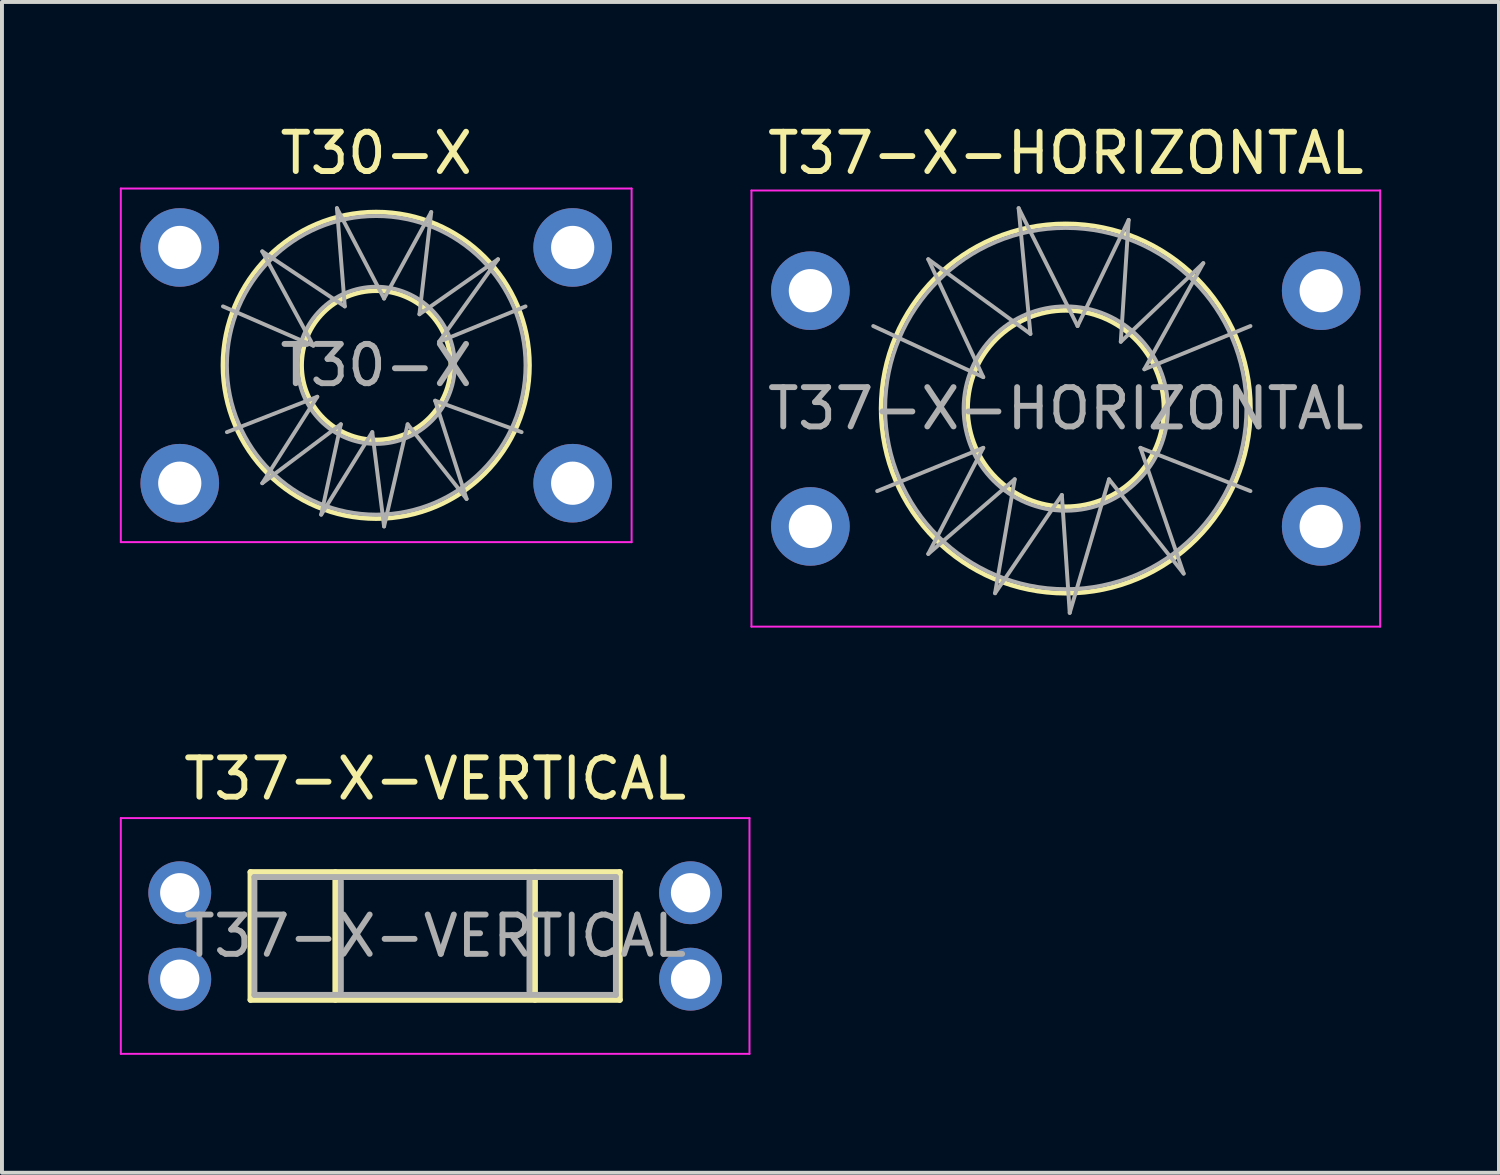
<source format=kicad_pcb>
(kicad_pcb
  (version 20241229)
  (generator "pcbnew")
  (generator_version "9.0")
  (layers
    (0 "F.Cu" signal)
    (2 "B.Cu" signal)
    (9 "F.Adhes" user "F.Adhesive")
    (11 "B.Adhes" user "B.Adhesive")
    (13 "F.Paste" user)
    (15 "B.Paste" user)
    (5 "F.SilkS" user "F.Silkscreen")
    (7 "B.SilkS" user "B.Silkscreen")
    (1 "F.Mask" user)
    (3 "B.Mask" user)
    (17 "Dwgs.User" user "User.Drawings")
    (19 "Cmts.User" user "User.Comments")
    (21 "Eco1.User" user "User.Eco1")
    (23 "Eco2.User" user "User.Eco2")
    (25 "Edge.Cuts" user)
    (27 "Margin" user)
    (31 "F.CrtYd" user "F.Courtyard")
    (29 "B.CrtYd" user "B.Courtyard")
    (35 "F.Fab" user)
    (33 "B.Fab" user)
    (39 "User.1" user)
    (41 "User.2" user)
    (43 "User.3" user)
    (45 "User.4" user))
  (footprint "T37-X-VERTICAL"
    (layer "F.Cu")
    (at 8.025 20.771)
    (property "Reference" "T37-X-VERTICAL" (at 0 -4 0) (layer "F.SilkS") (effects (font (size 1 1) (thickness 0.15))))
    (attr through_hole)
    (fp_line (start -4.7 -1.626) (end 4.7 -1.626) (stroke (width 0.15) (type solid)) (layer "F.SilkS"))
    (fp_line (start -4.699 1.626) (end -4.699 -1.626) (stroke (width 0.15) (type solid)) (layer "F.SilkS"))
    (fp_line (start -2.54 1.626) (end -2.54 -1.626) (stroke (width 0.15) (type solid)) (layer "F.SilkS"))
    (fp_line (start 2.54 1.626) (end 2.54 -1.626) (stroke (width 0.15) (type solid)) (layer "F.SilkS"))
    (fp_line (start 4.699 -1.626) (end 4.699 1.626) (stroke (width 0.15) (type solid)) (layer "F.SilkS"))
    (fp_line (start 4.699 1.626) (end -4.699 1.626) (stroke (width 0.15) (type solid)) (layer "F.SilkS"))
    (fp_line (start -8 -3) (end -8 3) (stroke (width 0.05) (type solid)) (layer "F.CrtYd"))
    (fp_line (start -8 -3) (end 8 -3) (stroke (width 0.05) (type solid)) (layer "F.CrtYd"))
    (fp_line (start 8 3) (end -8 3) (stroke (width 0.05) (type solid)) (layer "F.CrtYd"))
    (fp_line (start 8 3) (end 8 -3) (stroke (width 0.05) (type solid)) (layer "F.CrtYd"))
    (fp_line (start -4.6 -1.5) (end 4.6 -1.5) (stroke (width 0.15) (type solid)) (layer "F.Fab"))
    (fp_line (start -4.6 1.5) (end -4.6 -1.5) (stroke (width 0.15) (type solid)) (layer "F.Fab"))
    (fp_line (start -2.4 1.4) (end -2.4 -1.4) (stroke (width 0.15) (type solid)) (layer "F.Fab"))
    (fp_line (start 2.4 1.4) (end 2.4 -1.4) (stroke (width 0.15) (type solid)) (layer "F.Fab"))
    (fp_line (start 4.6 -1.5) (end 4.6 1.5) (stroke (width 0.15) (type solid)) (layer "F.Fab"))
    (fp_line (start 4.6 1.5) (end -4.6 1.5) (stroke (width 0.15) (type solid)) (layer "F.Fab"))
    (fp_text user "${REFERENCE}" (at 0 0 0) (layer "F.Fab") (effects (font (size 1 1) (thickness 0.15))))
    (pad "1" thru_hole circle (at -6.5 -1.1) (size 1.6 1.6) (drill 1) (layers "*.Cu" "*.Mask"))
    (pad "2" thru_hole circle (at -6.5 1.1) (size 1.6 1.6) (drill 1) (layers "*.Cu" "*.Mask"))
    (pad "3" thru_hole circle (at 6.5 1.1) (size 1.6 1.6) (drill 1) (layers "*.Cu" "*.Mask"))
    (pad "4" thru_hole circle (at 6.5 -1.1) (size 1.6 1.6) (drill 1) (layers "*.Cu" "*.Mask")))
  (footprint "T37-X-HORIZONTAL"
    (layer "F.Cu")
    (at 24.075 7.348)
    (property "Reference" "T37-X-HORIZONTAL" (at 0 -6.5 0) (layer "F.SilkS") (effects (font (size 1 1) (thickness 0.15))))
    (attr through_hole)
    (fp_circle (center 0 0) (end 2.5 0) (stroke (width 0.12) (type solid)) (fill no) (layer "F.SilkS"))
    (fp_circle (center 0 0) (end 4.699 0) (stroke (width 0.12) (type solid)) (fill no) (layer "F.SilkS"))
    (fp_line (start -8 -5.55) (end -8 5.55) (stroke (width 0.05) (type solid)) (layer "F.CrtYd"))
    (fp_line (start -8 -5.55) (end 8 -5.55) (stroke (width 0.05) (type solid)) (layer "F.CrtYd"))
    (fp_line (start 8 5.55) (end -8 5.55) (stroke (width 0.05) (type solid)) (layer "F.CrtYd"))
    (fp_line (start 8 5.55) (end 8 -5.55) (stroke (width 0.05) (type solid)) (layer "F.CrtYd"))
    (fp_line (start -4.9 -2.1) (end -2.1 -0.8) (stroke (width 0.1) (type solid)) (layer "F.Fab"))
    (fp_line (start -4.8 2.1) (end -2.1 1) (stroke (width 0.1) (type solid)) (layer "F.Fab"))
    (fp_line (start -3.5 -3.8) (end -0.9 -1.9) (stroke (width 0.1) (type solid)) (layer "F.Fab"))
    (fp_line (start -3.5 3.7) (end -1.3 1.8) (stroke (width 0.1) (type solid)) (layer "F.Fab"))
    (fp_line (start -2.1 -0.8) (end -3.5 -3.8) (stroke (width 0.1) (type solid)) (layer "F.Fab"))
    (fp_line (start -2.1 1) (end -3.5 3.7) (stroke (width 0.1) (type solid)) (layer "F.Fab"))
    (fp_line (start -1.8 4.7) (end -0.1 2.2) (stroke (width 0.1) (type solid)) (layer "F.Fab"))
    (fp_line (start -1.3 1.8) (end -1.8 4.7) (stroke (width 0.1) (type solid)) (layer "F.Fab"))
    (fp_line (start -1.2 -5.1) (end 0.3 -2.1) (stroke (width 0.1) (type solid)) (layer "F.Fab"))
    (fp_line (start -0.9 -1.9) (end -1.2 -5.1) (stroke (width 0.1) (type solid)) (layer "F.Fab"))
    (fp_line (start -0.1 2.2) (end 0.1 5.2) (stroke (width 0.1) (type solid)) (layer "F.Fab"))
    (fp_line (start 0.1 5.2) (end 1.1 1.8) (stroke (width 0.1) (type solid)) (layer "F.Fab"))
    (fp_line (start 0.3 -2.1) (end 1.6 -4.8) (stroke (width 0.1) (type solid)) (layer "F.Fab"))
    (fp_line (start 1.1 1.8) (end 3 4.2) (stroke (width 0.1) (type solid)) (layer "F.Fab"))
    (fp_line (start 1.4 -1.7) (end 3.5 -3.7) (stroke (width 0.1) (type solid)) (layer "F.Fab"))
    (fp_line (start 1.6 -4.8) (end 1.4 -1.7) (stroke (width 0.1) (type solid)) (layer "F.Fab"))
    (fp_line (start 1.9 1) (end 4.7 2.1) (stroke (width 0.1) (type solid)) (layer "F.Fab"))
    (fp_line (start 2 -1) (end 4.7 -2.1) (stroke (width 0.1) (type solid)) (layer "F.Fab"))
    (fp_line (start 3 4.2) (end 1.9 1) (stroke (width 0.1) (type solid)) (layer "F.Fab"))
    (fp_line (start 3.5 -3.7) (end 2 -1) (stroke (width 0.1) (type solid)) (layer "F.Fab"))
    (fp_circle (center 0 0) (end 2.6 0) (stroke (width 0.1) (type solid)) (fill no) (layer "F.Fab"))
    (fp_circle (center 0 0) (end 4.597 0) (stroke (width 0.1) (type solid)) (fill no) (layer "F.Fab"))
    (fp_text user "${REFERENCE}" (at 0 0 0) (layer "F.Fab") (effects (font (size 1 1) (thickness 0.15))))
    (pad "1" thru_hole circle (at -6.5 -3) (size 2 2) (drill 1.1) (layers "*.Cu" "*.Mask"))
    (pad "2" thru_hole circle (at -6.5 3) (size 2 2) (drill 1.1) (layers "*.Cu" "*.Mask"))
    (pad "3" thru_hole circle (at 6.5 3) (size 2 2) (drill 1.1) (layers "*.Cu" "*.Mask"))
    (pad "4" thru_hole circle (at 6.5 -3) (size 2 2) (drill 1.1) (layers "*.Cu" "*.Mask")))
  (footprint "T30-X"
    (layer "F.Cu")
    (at 6.525 6.248)
    (property "Reference" "T30-X" (at 0 -5.4 0) (layer "F.SilkS") (effects (font (size 1 1) (thickness 0.15))))
    (attr through_hole)
    (fp_circle (center 0 0) (end 1.9 0) (stroke (width 0.12) (type solid)) (fill no) (layer "F.SilkS"))
    (fp_circle (center 0 0) (end 3.9 0) (stroke (width 0.12) (type solid)) (fill no) (layer "F.SilkS"))
    (fp_line (start -6.5 -4.5) (end -6.5 4.5) (stroke (width 0.05) (type solid)) (layer "F.CrtYd"))
    (fp_line (start -6.5 -4.5) (end 6.5 -4.5) (stroke (width 0.05) (type solid)) (layer "F.CrtYd"))
    (fp_line (start 6.5 4.5) (end -6.5 4.5) (stroke (width 0.05) (type solid)) (layer "F.CrtYd"))
    (fp_line (start 6.5 4.5) (end 6.5 -4.5) (stroke (width 0.05) (type solid)) (layer "F.CrtYd"))
    (fp_line (start -3.9 -1.5) (end -1.6 -0.5) (stroke (width 0.1) (type solid)) (layer "F.Fab"))
    (fp_line (start -3.8 1.7) (end -1.5 0.8) (stroke (width 0.1) (type solid)) (layer "F.Fab"))
    (fp_line (start -2.9 -2.9) (end -0.8 -1.5) (stroke (width 0.1) (type solid)) (layer "F.Fab"))
    (fp_line (start -2.9 3) (end -0.9 1.5) (stroke (width 0.1) (type solid)) (layer "F.Fab"))
    (fp_line (start -1.6 -0.5) (end -2.9 -2.9) (stroke (width 0.1) (type solid)) (layer "F.Fab"))
    (fp_line (start -1.5 0.8) (end -2.9 3) (stroke (width 0.1) (type solid)) (layer "F.Fab"))
    (fp_line (start -1.4 3.8) (end -0.1 1.7) (stroke (width 0.1) (type solid)) (layer "F.Fab"))
    (fp_line (start -1 -4) (end 0.2 -1.7) (stroke (width 0.1) (type solid)) (layer "F.Fab"))
    (fp_line (start -0.9 1.5) (end -1.4 3.8) (stroke (width 0.1) (type solid)) (layer "F.Fab"))
    (fp_line (start -0.8 -1.5) (end -1 -4) (stroke (width 0.1) (type solid)) (layer "F.Fab"))
    (fp_line (start -0.1 1.7) (end 0.2 4.1) (stroke (width 0.1) (type solid)) (layer "F.Fab"))
    (fp_line (start 0.2 -1.7) (end 1.4 -3.9) (stroke (width 0.1) (type solid)) (layer "F.Fab"))
    (fp_line (start 0.2 4.1) (end 0.8 1.5) (stroke (width 0.1) (type solid)) (layer "F.Fab"))
    (fp_line (start 0.8 1.5) (end 2.3 3.4) (stroke (width 0.1) (type solid)) (layer "F.Fab"))
    (fp_line (start 1.1 -1.3) (end 3.1 -2.7) (stroke (width 0.1) (type solid)) (layer "F.Fab"))
    (fp_line (start 1.4 -3.9) (end 1.1 -1.3) (stroke (width 0.1) (type solid)) (layer "F.Fab"))
    (fp_line (start 1.5 0.9) (end 3.7 1.7) (stroke (width 0.1) (type solid)) (layer "F.Fab"))
    (fp_line (start 1.6 -0.6) (end 3.8 -1.5) (stroke (width 0.1) (type solid)) (layer "F.Fab"))
    (fp_line (start 2.3 3.4) (end 1.5 0.9) (stroke (width 0.1) (type solid)) (layer "F.Fab"))
    (fp_line (start 3.1 -2.7) (end 1.6 -0.6) (stroke (width 0.1) (type solid)) (layer "F.Fab"))
    (fp_circle (center 0 0) (end 2 0) (stroke (width 0.1) (type solid)) (fill no) (layer "F.Fab"))
    (fp_circle (center 0 0) (end 3.8 0) (stroke (width 0.1) (type solid)) (fill no) (layer "F.Fab"))
    (fp_text user "${REFERENCE}" (at 0 0 0) (layer "F.Fab") (effects (font (size 1 1) (thickness 0.15))))
    (pad "1" thru_hole circle (at -5 -3) (size 2 2) (drill 1.1) (layers "*.Cu" "*.Mask"))
    (pad "2" thru_hole circle (at -5 3) (size 2 2) (drill 1.1) (layers "*.Cu" "*.Mask"))
    (pad "3" thru_hole circle (at 5 3) (size 2 2) (drill 1.1) (layers "*.Cu" "*.Mask"))
    (pad "4" thru_hole circle (at 5 -3) (size 2 2) (drill 1.1) (layers "*.Cu" "*.Mask")))
  (gr_rect
    (start -3 -3)
    (end 35.1 26.797)
    (stroke (width 0.1) (type default))
    (fill no)
    (layer "Edge.Cuts")))
</source>
